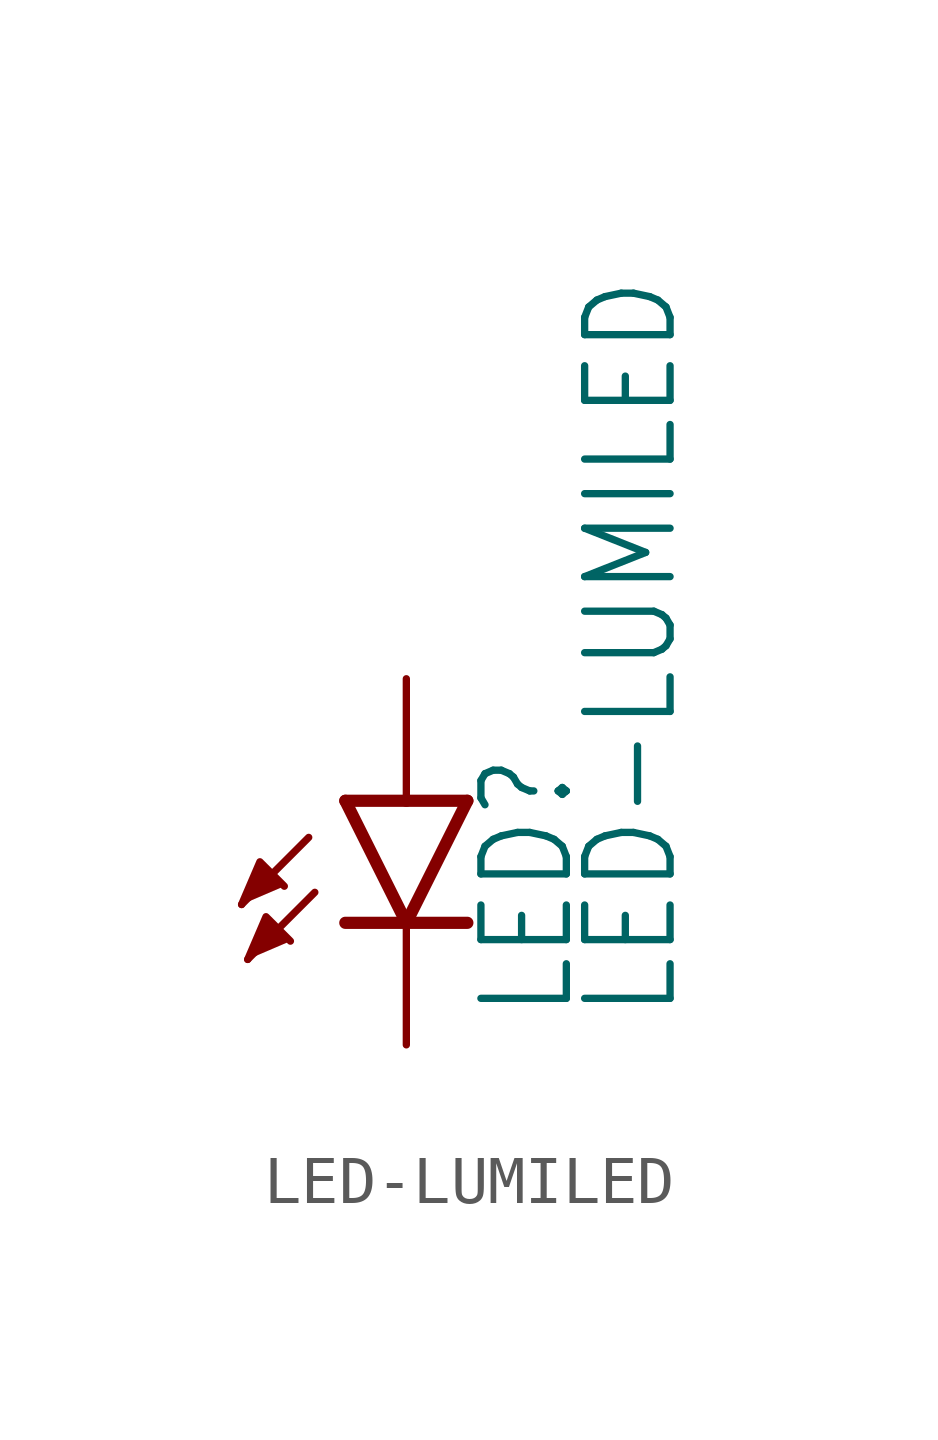
<source format=kicad_sym>
(kicad_symbol_lib
  (version 20210619)
  (generator kicad_symbol_editor)
  (symbol "LED-LUMILED"
    (property "Reference" "LED"
      (at 3.556 -4.572 90)
      (effects (font (size 1.778 1.511)) (justify left bottom)))
    (property "Value" "LED-LUMILED"
      (at 5.715 -4.572 90)
      (effects (font (size 1.778 1.511)) (justify left bottom)))
    (property "ki_locked" ""
      (at 0 0 0)
      (effects (font (size 1.27 1.27))))
    (symbol "LED-LUMILED_1_0"
      (polyline (pts (xy -2.032 -0.762) (xy -3.429 -2.159)) (stroke (width 0.152)) (fill (type none)))
      (polyline (pts (xy -1.905 -1.905) (xy -3.302 -3.302)) (stroke (width 0.152)) (fill (type none)))
      (polyline (pts (xy 0 -2.54) (xy -1.27 -2.54)) (stroke (width 0.254)) (fill (type none)))
      (polyline (pts (xy 0 -2.54) (xy -1.27 0)) (stroke (width 0.254)) (fill (type none)))
      (polyline (pts (xy 0 0) (xy -1.27 0)) (stroke (width 0.254)) (fill (type none)))
      (polyline (pts (xy 1.27 -2.54) (xy 0 -2.54)) (stroke (width 0.254)) (fill (type none)))
      (polyline (pts (xy 1.27 0) (xy 0 -2.54)) (stroke (width 0.254)) (fill (type none)))
      (polyline (pts (xy 1.27 0) (xy 0 0)) (stroke (width 0.254)) (fill (type none)))
      (polyline (pts (xy -3.429 -2.159) (xy -3.048 -1.27) (xy -2.54 -1.778)) (stroke (width 0)) (fill (type outline)))
      (polyline (pts (xy -3.302 -3.302) (xy -2.921 -2.413) (xy -2.413 -2.921)) (stroke (width 0)) (fill (type outline)))
      (pin passive line (at 0 2.54 270) (length 2.54) (name "A" (effects (font (size 0 0)))) (number "2+" (effects (font (size 0 0)))))
      (pin passive line (at 0 -5.08 90) (length 2.54) (name "C" (effects (font (size 0 0)))) (number "4-" (effects (font (size 0 0))))))))
</source>
